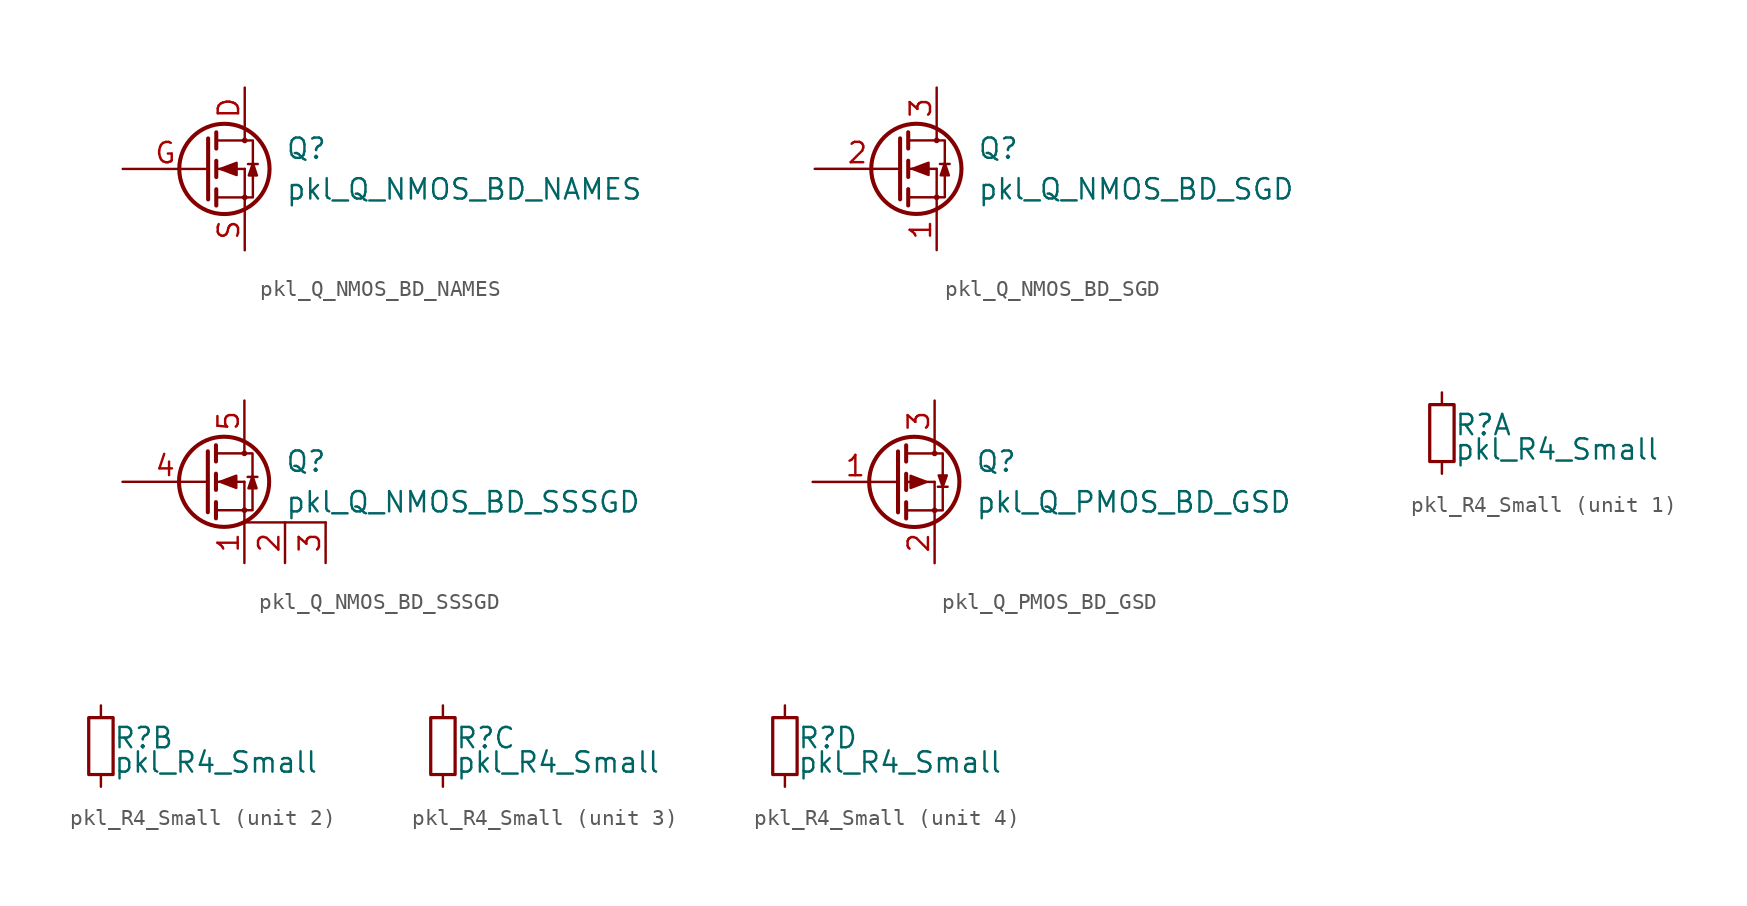
<source format=kicad_sym>
(kicad_symbol_lib
  (version 20220914)
  (generator kicad_symbol_editor)
  (symbol "pkl_Q_NMOS_BD_NAMES"
    (pin_names
      (offset 0) hide)
    (property "Reference" "Q"
      (at 5.08 1.27 0)
      (effects (font (size 1.27 1.27)) (justify left)))
    (property "Value" "pkl_Q_NMOS_BD_NAMES"
      (at 5.08 -1.27 0)
      (effects (font (size 1.27 1.27)) (justify left)))
    (symbol "pkl_Q_NMOS_BD_NAMES_0_1"
      (polyline (pts (xy 0.762 -1.778) (xy 2.54 -1.778)) (stroke (width 0) (type default)) (fill (type none)))
      (polyline (pts (xy 0.762 -1.27) (xy 0.762 -2.286)) (stroke (width 0.254) (type default)) (fill (type none)))
      (polyline (pts (xy 0.762 0) (xy 2.54 0)) (stroke (width 0) (type default)) (fill (type none)))
      (polyline (pts (xy 0.762 0.508) (xy 0.762 -0.508)) (stroke (width 0.254) (type default)) (fill (type none)))
      (polyline (pts (xy 0.762 1.778) (xy 2.54 1.778)) (stroke (width 0) (type default)) (fill (type none)))
      (polyline (pts (xy 0.762 2.286) (xy 0.762 1.27)) (stroke (width 0.254) (type default)) (fill (type none)))
      (polyline (pts (xy 2.54 -1.778) (xy 2.54 -2.54)) (stroke (width 0) (type default)) (fill (type none)))
      (polyline (pts (xy 2.54 -1.778) (xy 2.54 0)) (stroke (width 0) (type default)) (fill (type none)))
      (polyline (pts (xy 2.54 2.54) (xy 2.54 1.778)) (stroke (width 0) (type default)) (fill (type none)))
      (polyline (pts (xy 2.743 0.305) (xy 3.353 0.305)) (stroke (width 0) (type default)) (fill (type none)))
      (polyline (pts (xy 0.254 1.905) (xy 0.254 -1.905) (xy 0.254 -1.905)) (stroke (width 0.254) (type default)) (fill (type none)))
      (polyline (pts (xy 1.016 0) (xy 2.032 0.381) (xy 2.032 -0.381) (xy 1.016 0)) (stroke (width 0) (type default)) (fill (type outline)))
      (polyline (pts (xy 2.54 -1.778) (xy 3.048 -1.778) (xy 3.048 1.778) (xy 2.54 1.778)) (stroke (width 0) (type default)) (fill (type none)))
      (polyline (pts (xy 2.794 -0.406) (xy 3.302 -0.406) (xy 3.048 0.356) (xy 2.794 -0.406)) (stroke (width 0) (type default)) (fill (type outline)))
      (circle (center 1.27 0) (radius 2.819) (stroke (width 0.254) (type default)) (fill (type none)))
      (circle (center 2.54 -1.778) (radius 0.102) (stroke (width 0) (type default)) (fill (type none)))
      (circle (center 2.54 1.778) (radius 0.102) (stroke (width 0) (type default)) (fill (type none))))
    (symbol "pkl_Q_NMOS_BD_NAMES_1_1"
      (pin open_collector line (at 2.54 5.08 270) (length 2.54) (name "D" (effects (font (size 1.27 1.27)))) (number "D" (effects (font (size 1.27 1.27)))))
      (pin input line (at -5.08 0 0) (length 5.334) (name "G" (effects (font (size 1.27 1.27)))) (number "G" (effects (font (size 1.27 1.27)))))
      (pin open_emitter line (at 2.54 -5.08 90) (length 2.54) (name "S" (effects (font (size 1.27 1.27)))) (number "S" (effects (font (size 1.27 1.27)))))))
  (symbol "pkl_Q_NMOS_BD_SGD"
    (pin_names
      (offset 0) hide)
    (property "Reference" "Q"
      (at 5.08 1.27 0)
      (effects (font (size 1.27 1.27)) (justify left)))
    (property "Value" "pkl_Q_NMOS_BD_SGD"
      (at 5.08 -1.27 0)
      (effects (font (size 1.27 1.27)) (justify left)))
    (symbol "pkl_Q_NMOS_BD_SGD_0_1"
      (polyline (pts (xy 0.762 -1.778) (xy 2.54 -1.778)) (stroke (width 0) (type default)) (fill (type none)))
      (polyline (pts (xy 0.762 -1.27) (xy 0.762 -2.286)) (stroke (width 0.254) (type default)) (fill (type none)))
      (polyline (pts (xy 0.762 0) (xy 2.54 0)) (stroke (width 0) (type default)) (fill (type none)))
      (polyline (pts (xy 0.762 0.508) (xy 0.762 -0.508)) (stroke (width 0.254) (type default)) (fill (type none)))
      (polyline (pts (xy 0.762 1.778) (xy 2.54 1.778)) (stroke (width 0) (type default)) (fill (type none)))
      (polyline (pts (xy 0.762 2.286) (xy 0.762 1.27)) (stroke (width 0.254) (type default)) (fill (type none)))
      (polyline (pts (xy 2.54 -1.778) (xy 2.54 -2.54)) (stroke (width 0) (type default)) (fill (type none)))
      (polyline (pts (xy 2.54 -1.778) (xy 2.54 0)) (stroke (width 0) (type default)) (fill (type none)))
      (polyline (pts (xy 2.54 2.54) (xy 2.54 1.778)) (stroke (width 0) (type default)) (fill (type none)))
      (polyline (pts (xy 2.743 0.305) (xy 3.353 0.305)) (stroke (width 0) (type default)) (fill (type none)))
      (polyline (pts (xy 0.254 1.905) (xy 0.254 -1.905) (xy 0.254 -1.905)) (stroke (width 0.254) (type default)) (fill (type none)))
      (polyline (pts (xy 1.016 0) (xy 2.032 0.381) (xy 2.032 -0.381) (xy 1.016 0)) (stroke (width 0) (type default)) (fill (type outline)))
      (polyline (pts (xy 2.54 -1.778) (xy 3.048 -1.778) (xy 3.048 1.778) (xy 2.54 1.778)) (stroke (width 0) (type default)) (fill (type none)))
      (polyline (pts (xy 2.794 -0.406) (xy 3.302 -0.406) (xy 3.048 0.356) (xy 2.794 -0.406)) (stroke (width 0) (type default)) (fill (type outline)))
      (circle (center 1.27 0) (radius 2.819) (stroke (width 0.254) (type default)) (fill (type none)))
      (circle (center 2.54 -1.778) (radius 0.102) (stroke (width 0) (type default)) (fill (type none)))
      (circle (center 2.54 1.778) (radius 0.102) (stroke (width 0) (type default)) (fill (type none))))
    (symbol "pkl_Q_NMOS_BD_SGD_1_1"
      (pin open_emitter line (at 2.54 -5.08 90) (length 2.54) (name "S" (effects (font (size 1.27 1.27)))) (number "1" (effects (font (size 1.27 1.27)))))
      (pin input line (at -5.08 0 0) (length 5.334) (name "G" (effects (font (size 1.27 1.27)))) (number "2" (effects (font (size 1.27 1.27)))))
      (pin open_collector line (at 2.54 5.08 270) (length 2.54) (name "D" (effects (font (size 1.27 1.27)))) (number "3" (effects (font (size 1.27 1.27)))))))
  (symbol "pkl_Q_NMOS_BD_SSSGD"
    (pin_names
      (offset 0) hide)
    (property "Reference" "Q"
      (at 5.08 1.27 0)
      (effects (font (size 1.27 1.27)) (justify left)))
    (property "Value" "pkl_Q_NMOS_BD_SSSGD"
      (at 5.08 -1.27 0)
      (effects (font (size 1.27 1.27)) (justify left)))
    (symbol "pkl_Q_NMOS_BD_SSSGD_0_1"
      (polyline (pts (xy 0.762 -1.778) (xy 2.54 -1.778)) (stroke (width 0) (type default)) (fill (type none)))
      (polyline (pts (xy 0.762 -1.27) (xy 0.762 -2.286)) (stroke (width 0.254) (type default)) (fill (type none)))
      (polyline (pts (xy 0.762 0) (xy 2.54 0)) (stroke (width 0) (type default)) (fill (type none)))
      (polyline (pts (xy 0.762 0.508) (xy 0.762 -0.508)) (stroke (width 0.254) (type default)) (fill (type none)))
      (polyline (pts (xy 0.762 1.778) (xy 2.54 1.778)) (stroke (width 0) (type default)) (fill (type none)))
      (polyline (pts (xy 0.762 2.286) (xy 0.762 1.27)) (stroke (width 0.254) (type default)) (fill (type none)))
      (polyline (pts (xy 2.54 -1.778) (xy 2.54 -2.54)) (stroke (width 0) (type default)) (fill (type none)))
      (polyline (pts (xy 2.54 -1.778) (xy 2.54 0)) (stroke (width 0) (type default)) (fill (type none)))
      (polyline (pts (xy 2.54 2.54) (xy 2.54 1.778)) (stroke (width 0) (type default)) (fill (type none)))
      (polyline (pts (xy 2.743 0.305) (xy 3.353 0.305)) (stroke (width 0) (type default)) (fill (type none)))
      (polyline (pts (xy 0.254 1.905) (xy 0.254 -1.905) (xy 0.254 -1.905)) (stroke (width 0.254) (type default)) (fill (type none)))
      (polyline (pts (xy 2.54 -2.54) (xy 5.08 -2.54) (xy 7.62 -2.54)) (stroke (width 0) (type default)) (fill (type none)))
      (polyline (pts (xy 1.016 0) (xy 2.032 0.381) (xy 2.032 -0.381) (xy 1.016 0)) (stroke (width 0) (type default)) (fill (type outline)))
      (polyline (pts (xy 2.54 -1.778) (xy 3.048 -1.778) (xy 3.048 1.778) (xy 2.54 1.778)) (stroke (width 0) (type default)) (fill (type none)))
      (polyline (pts (xy 2.794 -0.406) (xy 3.302 -0.406) (xy 3.048 0.356) (xy 2.794 -0.406)) (stroke (width 0) (type default)) (fill (type outline)))
      (circle (center 1.27 0) (radius 2.819) (stroke (width 0.254) (type default)) (fill (type none)))
      (circle (center 2.54 -1.778) (radius 0.102) (stroke (width 0) (type default)) (fill (type none)))
      (circle (center 2.54 1.778) (radius 0.102) (stroke (width 0) (type default)) (fill (type none))))
    (symbol "pkl_Q_NMOS_BD_SSSGD_1_1"
      (pin open_emitter line (at 2.54 -5.08 90) (length 2.54) (name "S" (effects (font (size 1.27 1.27)))) (number "1" (effects (font (size 1.27 1.27)))))
      (pin open_collector line (at 5.08 -5.08 90) (length 2.54) (name "S" (effects (font (size 1.27 1.27)))) (number "2" (effects (font (size 1.27 1.27)))))
      (pin open_collector line (at 7.62 -5.08 90) (length 2.54) (name "S" (effects (font (size 1.27 1.27)))) (number "3" (effects (font (size 1.27 1.27)))))
      (pin input line (at -5.08 0 0) (length 5.334) (name "G" (effects (font (size 1.27 1.27)))) (number "4" (effects (font (size 1.27 1.27)))))
      (pin open_collector line (at 2.54 5.08 270) (length 2.54) (name "D" (effects (font (size 1.27 1.27)))) (number "5" (effects (font (size 1.27 1.27)))))))
  (symbol "pkl_Q_PMOS_BD_GSD"
    (pin_names
      (offset 0) hide)
    (property "Reference" "Q"
      (at 5.08 1.27 0)
      (effects (font (size 1.27 1.27)) (justify left)))
    (property "Value" "pkl_Q_PMOS_BD_GSD"
      (at 5.08 -1.27 0)
      (effects (font (size 1.27 1.27)) (justify left)))
    (symbol "pkl_Q_PMOS_BD_GSD_0_1"
      (polyline (pts (xy 0.762 -1.778) (xy 2.54 -1.778)) (stroke (width 0) (type default)) (fill (type none)))
      (polyline (pts (xy 0.762 -1.27) (xy 0.762 -2.286)) (stroke (width 0.254) (type default)) (fill (type none)))
      (polyline (pts (xy 0.762 0) (xy 2.54 0)) (stroke (width 0) (type default)) (fill (type none)))
      (polyline (pts (xy 0.762 0.508) (xy 0.762 -0.508)) (stroke (width 0.254) (type default)) (fill (type none)))
      (polyline (pts (xy 0.762 1.778) (xy 2.54 1.778)) (stroke (width 0) (type default)) (fill (type none)))
      (polyline (pts (xy 0.762 2.286) (xy 0.762 1.27)) (stroke (width 0.254) (type default)) (fill (type none)))
      (polyline (pts (xy 2.54 -1.778) (xy 2.54 -2.54)) (stroke (width 0) (type default)) (fill (type none)))
      (polyline (pts (xy 2.54 -1.778) (xy 2.54 0)) (stroke (width 0) (type default)) (fill (type none)))
      (polyline (pts (xy 2.54 2.54) (xy 2.54 1.778)) (stroke (width 0) (type default)) (fill (type none)))
      (polyline (pts (xy 2.743 -0.305) (xy 3.353 -0.305)) (stroke (width 0) (type default)) (fill (type none)))
      (polyline (pts (xy 0.254 1.905) (xy 0.254 -1.905) (xy 0.254 -1.905)) (stroke (width 0.254) (type default)) (fill (type none)))
      (polyline (pts (xy 2.032 0) (xy 1.041 0.381) (xy 1.041 -0.381) (xy 2.032 0)) (stroke (width 0) (type default)) (fill (type outline)))
      (polyline (pts (xy 2.54 -1.778) (xy 3.048 -1.778) (xy 3.048 1.778) (xy 2.54 1.778)) (stroke (width 0) (type default)) (fill (type none)))
      (polyline (pts (xy 3.048 -0.305) (xy 3.302 0.406) (xy 2.794 0.406) (xy 3.048 -0.305)) (stroke (width 0) (type default)) (fill (type outline)))
      (circle (center 1.27 0) (radius 2.819) (stroke (width 0.254) (type default)) (fill (type none)))
      (circle (center 2.54 -1.778) (radius 0.102) (stroke (width 0) (type default)) (fill (type none)))
      (circle (center 2.54 1.778) (radius 0.102) (stroke (width 0) (type default)) (fill (type none))))
    (symbol "pkl_Q_PMOS_BD_GSD_1_1"
      (pin input line (at -5.08 0 0) (length 5.334) (name "G" (effects (font (size 1.27 1.27)))) (number "1" (effects (font (size 1.27 1.27)))))
      (pin open_emitter line (at 2.54 -5.08 90) (length 2.54) (name "S" (effects (font (size 1.27 1.27)))) (number "2" (effects (font (size 1.27 1.27)))))
      (pin open_collector line (at 2.54 5.08 270) (length 2.54) (name "D" (effects (font (size 1.27 1.27)))) (number "3" (effects (font (size 1.27 1.27)))))))
  (symbol "pkl_R4_Small"
    (pin_numbers hide)
    (pin_names
      (offset 0.254) hide)
    (property "Reference" "R"
      (at 0.762 0.508 0)
      (effects (font (size 1.27 1.27)) (justify left)))
    (property "Value" "pkl_R4_Small"
      (at 0.762 -1.016 0)
      (effects (font (size 1.27 1.27)) (justify left)))
    (symbol "pkl_R4_Small_0_1"
      (rectangle (start -0.762 1.778) (end 0.762 -1.778) (stroke (width 0.203) (type default)) (fill (type none))))
    (symbol "pkl_R4_Small_1_1"
      (pin passive line (at 0 2.54 270) (length 0.762) (name "~" (effects (font (size 1.016 1.016)))) (number "1" (effects (font (size 1.016 1.016)))))
      (pin passive line (at 0 -2.54 90) (length 0.762) (name "~" (effects (font (size 1.016 1.016)))) (number "2" (effects (font (size 1.016 1.016))))))
    (symbol "pkl_R4_Small_2_1"
      (pin passive line (at 0 2.54 270) (length 0.762) (name "~" (effects (font (size 1.016 1.016)))) (number "3" (effects (font (size 1.016 1.016)))))
      (pin passive line (at 0 -2.54 90) (length 0.762) (name "~" (effects (font (size 1.016 1.016)))) (number "4" (effects (font (size 1.016 1.016))))))
    (symbol "pkl_R4_Small_3_1"
      (pin passive line (at 0 2.54 270) (length 0.762) (name "~" (effects (font (size 1.016 1.016)))) (number "5" (effects (font (size 1.016 1.016)))))
      (pin passive line (at 0 -2.54 90) (length 0.762) (name "~" (effects (font (size 1.016 1.016)))) (number "6" (effects (font (size 1.016 1.016))))))
    (symbol "pkl_R4_Small_4_1"
      (pin passive line (at 0 2.54 270) (length 0.762) (name "~" (effects (font (size 1.016 1.016)))) (number "7" (effects (font (size 1.016 1.016)))))
      (pin passive line (at 0 -2.54 90) (length 0.762) (name "~" (effects (font (size 1.016 1.016)))) (number "8" (effects (font (size 1.016 1.016))))))))
</source>
